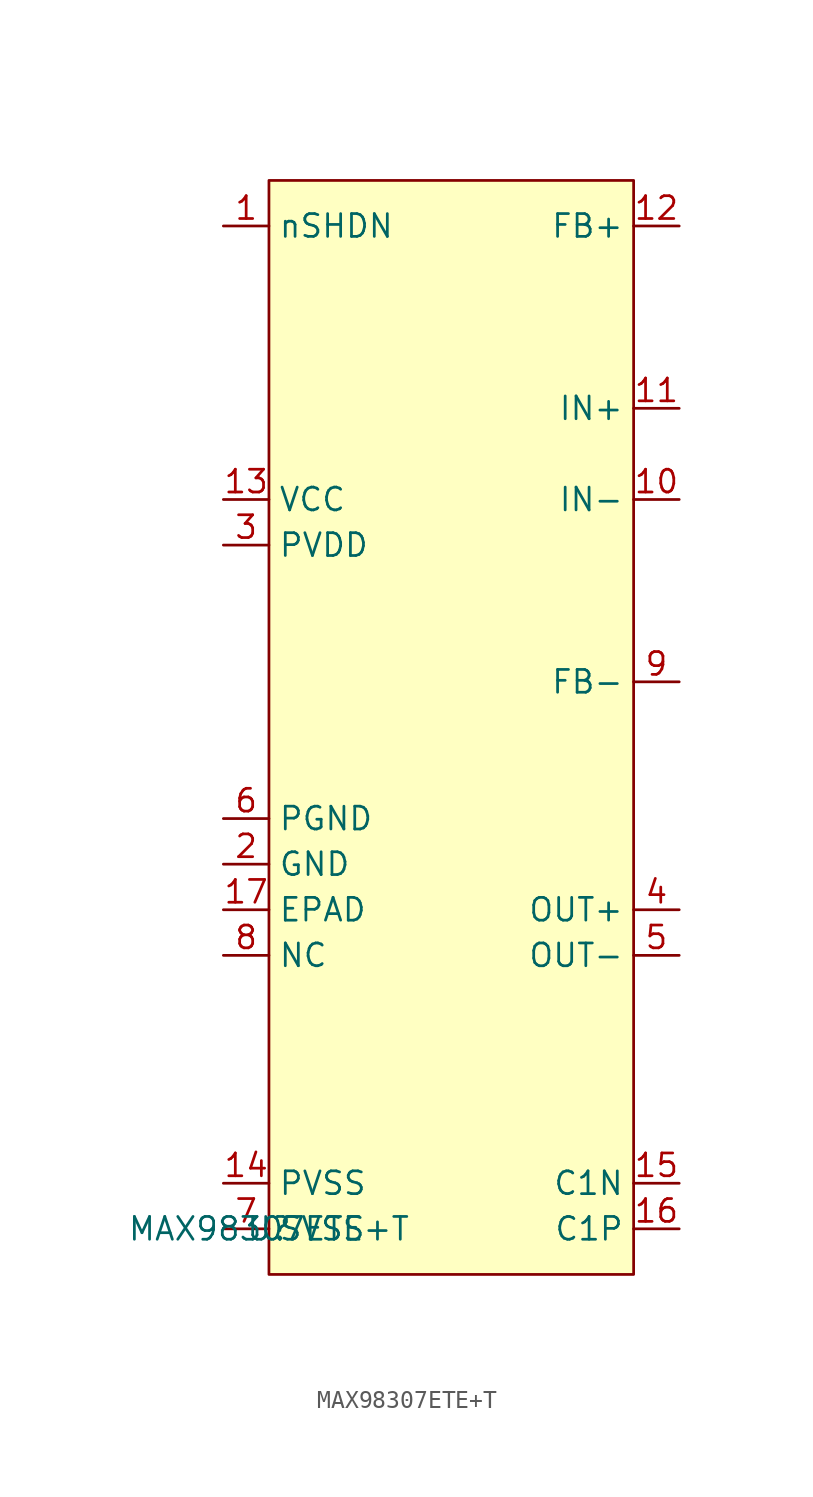
<source format=kicad_sym>
(kicad_symbol_lib
  (version 20220914)
  (generator kicad_symbol_editor)
  (symbol "MAX98307ETE+T"
    (property "Reference" "U"
      (at 0 2.54 0)
      (effects (font (size 1.27 1.27))))
    (property "Value" "MAX98307ETE+T"
      (at 0 2.54 0)
      (effects (font (size 1.27 1.27))))
    (symbol "MAX98307ETE+T_0_0"
      (pin passive line (at -2.54 58.42 0) (length 2.54) (name "nSHDN" (effects (font (size 1.27 1.27)))) (number "1" (effects (font (size 1.27 1.27)))))
      (pin passive line (at 22.86 43.18 180) (length 2.54) (name "IN-" (effects (font (size 1.27 1.27)))) (number "10" (effects (font (size 1.27 1.27)))))
      (pin passive line (at 22.86 48.26 180) (length 2.54) (name "IN+" (effects (font (size 1.27 1.27)))) (number "11" (effects (font (size 1.27 1.27)))))
      (pin passive line (at 22.86 58.42 180) (length 2.54) (name "FB+" (effects (font (size 1.27 1.27)))) (number "12" (effects (font (size 1.27 1.27)))))
      (pin passive line (at -2.54 43.18 0) (length 2.54) (name "VCC" (effects (font (size 1.27 1.27)))) (number "13" (effects (font (size 1.27 1.27)))))
      (pin passive line (at -2.54 5.08 0) (length 2.54) (name "PVSS" (effects (font (size 1.27 1.27)))) (number "14" (effects (font (size 1.27 1.27)))))
      (pin passive line (at 22.86 5.08 180) (length 2.54) (name "C1N" (effects (font (size 1.27 1.27)))) (number "15" (effects (font (size 1.27 1.27)))))
      (pin passive line (at 22.86 2.54 180) (length 2.54) (name "C1P" (effects (font (size 1.27 1.27)))) (number "16" (effects (font (size 1.27 1.27)))))
      (pin passive line (at -2.54 20.32 0) (length 2.54) (name "EPAD" (effects (font (size 1.27 1.27)))) (number "17" (effects (font (size 1.27 1.27)))))
      (pin passive line (at -2.54 22.86 0) (length 2.54) (name "GND" (effects (font (size 1.27 1.27)))) (number "2" (effects (font (size 1.27 1.27)))))
      (pin passive line (at -2.54 40.64 0) (length 2.54) (name "PVDD" (effects (font (size 1.27 1.27)))) (number "3" (effects (font (size 1.27 1.27)))))
      (pin passive line (at 22.86 20.32 180) (length 2.54) (name "OUT+" (effects (font (size 1.27 1.27)))) (number "4" (effects (font (size 1.27 1.27)))))
      (pin passive line (at 22.86 17.78 180) (length 2.54) (name "OUT-" (effects (font (size 1.27 1.27)))) (number "5" (effects (font (size 1.27 1.27)))))
      (pin passive line (at -2.54 25.4 0) (length 2.54) (name "PGND" (effects (font (size 1.27 1.27)))) (number "6" (effects (font (size 1.27 1.27)))))
      (pin passive line (at -2.54 2.54 0) (length 2.54) (name "SVSS" (effects (font (size 1.27 1.27)))) (number "7" (effects (font (size 1.27 1.27)))))
      (pin passive line (at -2.54 17.78 0) (length 2.54) (name "NC" (effects (font (size 1.27 1.27)))) (number "8" (effects (font (size 1.27 1.27)))))
      (pin passive line (at 22.86 33.02 180) (length 2.54) (name "FB-" (effects (font (size 1.27 1.27)))) (number "9" (effects (font (size 1.27 1.27))))))
    (symbol "MAX98307ETE+T_1_1"
      (rectangle (start 0 60.96) (end 20.32 0) (stroke (width 0) (type default)) (fill (type background))))))
</source>
